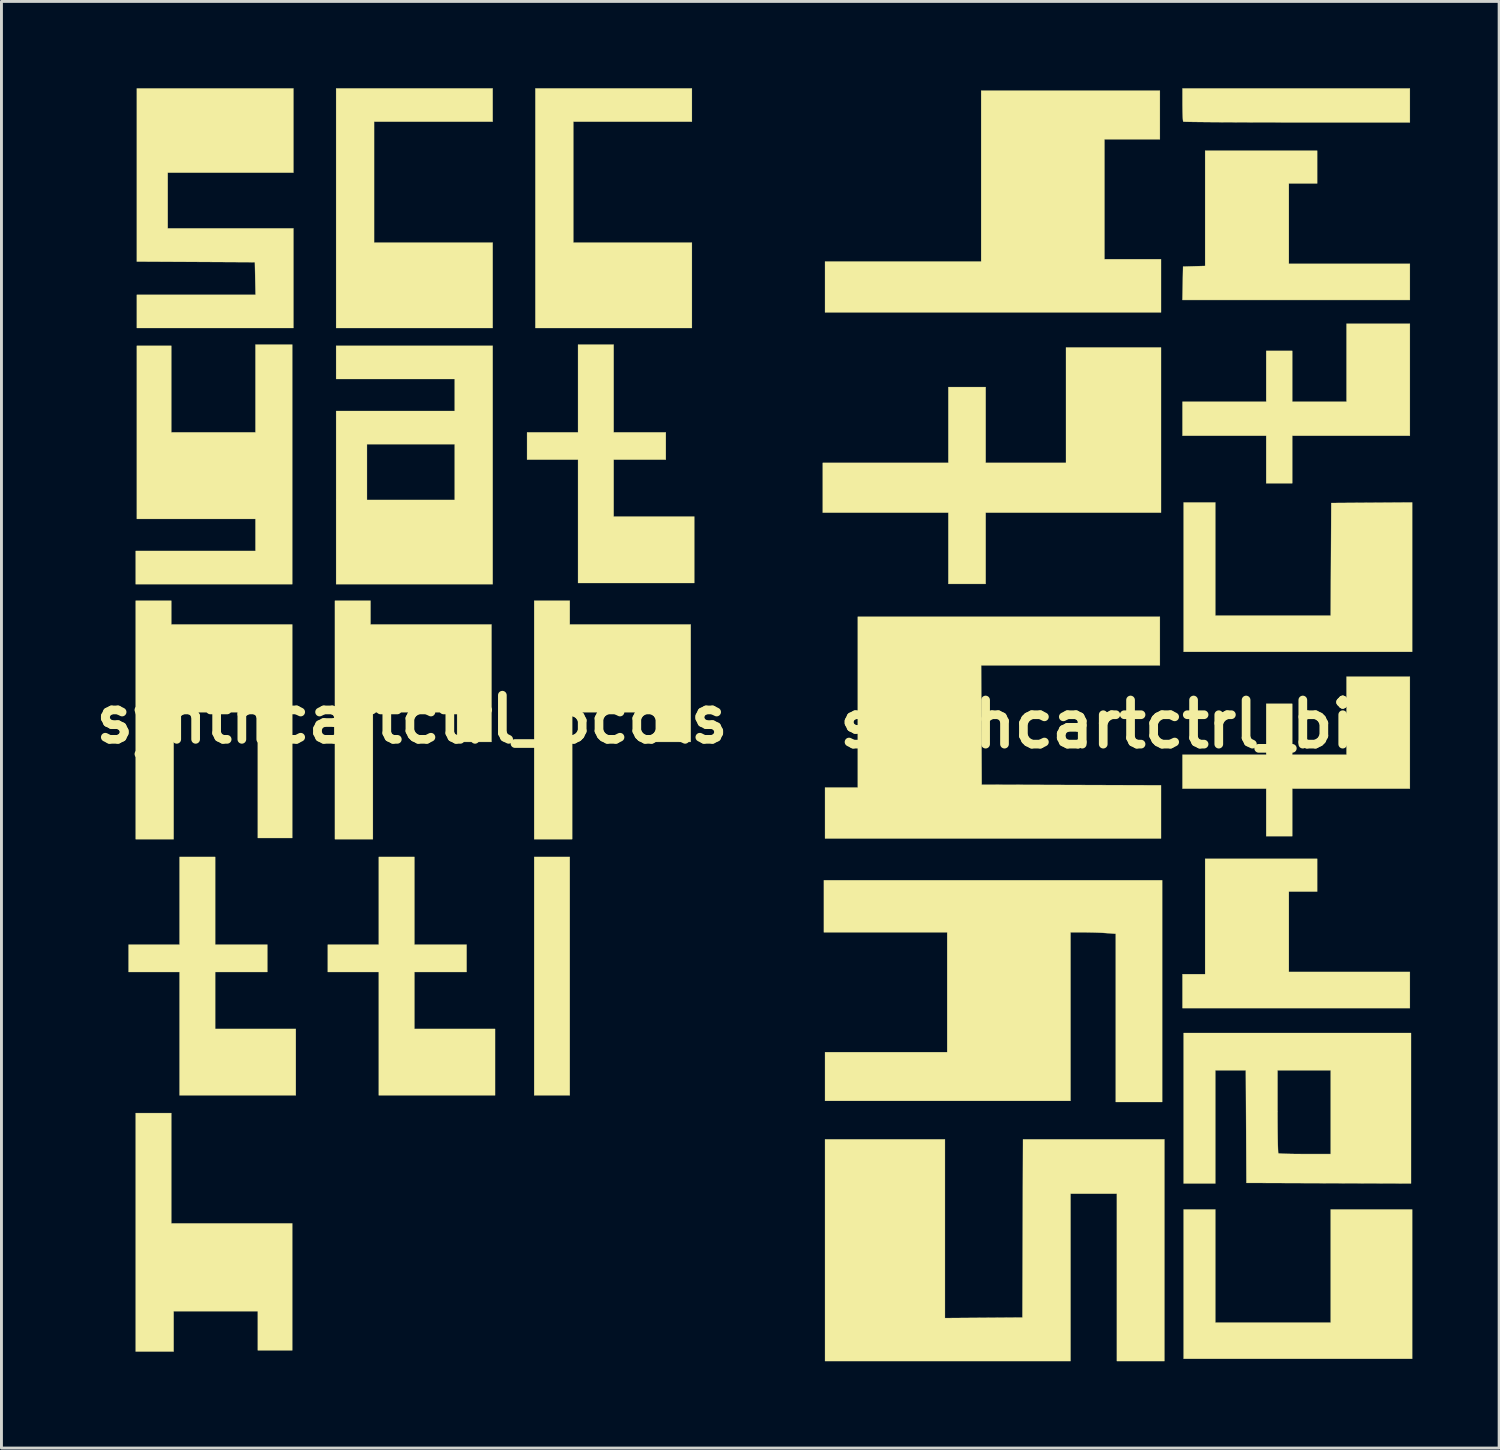
<source format=kicad_pcb>
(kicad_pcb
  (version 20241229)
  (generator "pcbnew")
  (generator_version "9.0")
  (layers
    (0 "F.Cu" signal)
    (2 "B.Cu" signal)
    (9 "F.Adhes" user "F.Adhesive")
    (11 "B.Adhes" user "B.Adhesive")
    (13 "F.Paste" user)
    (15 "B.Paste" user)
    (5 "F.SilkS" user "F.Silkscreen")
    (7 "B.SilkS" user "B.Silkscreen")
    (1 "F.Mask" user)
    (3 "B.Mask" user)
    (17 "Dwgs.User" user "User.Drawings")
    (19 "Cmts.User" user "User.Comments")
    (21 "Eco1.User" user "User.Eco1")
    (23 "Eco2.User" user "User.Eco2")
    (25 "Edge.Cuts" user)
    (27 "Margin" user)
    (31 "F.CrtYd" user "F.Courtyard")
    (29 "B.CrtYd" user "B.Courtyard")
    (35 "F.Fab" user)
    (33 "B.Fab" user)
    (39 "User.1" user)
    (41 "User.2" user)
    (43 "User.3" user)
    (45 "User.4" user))
  (footprint "synthcartctrl_3cols"
    (layer "F.Cu")
    (at 11.183 21.8)
    (property "Reference" "synthcartctrl_3cols" (at 0 0 0) (layer "F.SilkS") (effects (font (size 1.524 1.524) (thickness 0.3))))
    (attr through_hole)
    (fp_poly (pts (xy 5.449 12.987) (xy 4.22 12.987) (xy 4.22 4.752) (xy 5.449 4.752) (xy 5.449 12.987)) (stroke (width 0.01) (type solid)) (fill yes) (layer "F.SilkS"))
    (fp_poly (pts (xy 2.786 -20.648) (xy -1.311 -20.648) (xy -1.311 -16.469) (xy 2.786 -16.469) (xy 2.786 -13.519) (xy -2.622 -13.519) (xy -2.622 -21.795) (xy 2.786 -21.795) (xy 2.786 -20.648)) (stroke (width 0.01) (type solid)) (fill yes) (layer "F.SilkS"))
    (fp_poly (pts (xy 9.668 -20.648) (xy 5.572 -20.648) (xy 5.572 -16.469) (xy 9.668 -16.469) (xy 9.668 -13.519) (xy 4.261 -13.519) (xy 4.261 -21.795) (xy 9.668 -21.795) (xy 9.668 -20.648)) (stroke (width 0.01) (type solid)) (fill yes) (layer "F.SilkS"))
    (fp_poly (pts (xy -8.316 -3.277) (xy -4.138 -3.277) (xy -4.138 4.097) (xy -5.326 4.097) (xy -5.326 -0.246) (xy -8.235 -0.246) (xy -8.235 4.138) (xy -9.545 4.138) (xy -9.545 -4.097) (xy -8.316 -4.097) (xy -8.316 -3.277)) (stroke (width 0.01) (type solid)) (fill yes) (layer "F.SilkS"))
    (fp_poly (pts (xy -8.316 17.411) (xy -4.138 17.411) (xy -4.138 21.795) (xy -5.326 21.795) (xy -5.326 20.443) (xy -8.235 20.443) (xy -8.235 21.836) (xy -9.545 21.836) (xy -9.545 13.601) (xy -8.316 13.601) (xy -8.316 17.411)) (stroke (width 0.01) (type solid)) (fill yes) (layer "F.SilkS"))
    (fp_poly (pts (xy -1.434 -3.277) (xy 2.745 -3.277) (xy 2.745 0.778) (xy 1.557 0.778) (xy 1.557 -0.246) (xy -1.352 -0.246) (xy -1.352 4.138) (xy -2.663 4.138) (xy -2.663 -4.097) (xy -1.434 -4.097) (xy -1.434 -3.277)) (stroke (width 0.01) (type solid)) (fill yes) (layer "F.SilkS"))
    (fp_poly (pts (xy 5.449 -3.277) (xy 9.627 -3.277) (xy 9.627 0.778) (xy 8.439 0.778) (xy 8.439 -0.246) (xy 5.531 -0.246) (xy 5.531 4.138) (xy 4.22 4.138) (xy 4.22 -4.097) (xy 5.449 -4.097) (xy 5.449 -3.277)) (stroke (width 0.01) (type solid)) (fill yes) (layer "F.SilkS"))
    (fp_poly (pts (xy -4.138 -4.67) (xy -9.545 -4.67) (xy -9.545 -5.817) (xy -5.408 -5.817) (xy -5.408 -6.924) (xy -9.505 -6.924) (xy -9.505 -12.905) (xy -8.316 -12.905) (xy -8.316 -9.914) (xy -5.408 -9.914) (xy -5.408 -12.946) (xy -4.138 -12.946) (xy -4.138 -4.67)) (stroke (width 0.01) (type solid)) (fill yes) (layer "F.SilkS"))
    (fp_poly (pts (xy -4.097 -18.886) (xy -8.439 -18.886) (xy -8.439 -16.961) (xy -4.097 -16.961) (xy -4.097 -13.519) (xy -9.505 -13.519) (xy -9.505 -14.666) (xy -5.405 -14.666) (xy -5.417 -15.23) (xy -5.428 -15.793) (xy -9.505 -15.814) (xy -9.505 -21.795) (xy -4.097 -21.795) (xy -4.097 -18.886)) (stroke (width 0.01) (type solid)) (fill yes) (layer "F.SilkS"))
    (fp_poly (pts (xy -6.801 7.784) (xy -4.998 7.784) (xy -4.998 8.726) (xy -6.801 8.726) (xy -6.801 10.693) (xy -4.015 10.693) (xy -4.015 12.987) (xy -8.03 12.987) (xy -8.03 8.726) (xy -9.791 8.726) (xy -9.791 7.784) (xy -8.03 7.784) (xy -8.03 4.752) (xy -6.801 4.752) (xy -6.801 7.784)) (stroke (width 0.01) (type solid)) (fill yes) (layer "F.SilkS"))
    (fp_poly (pts (xy 0.082 7.784) (xy 1.885 7.784) (xy 1.885 8.726) (xy 0.082 8.726) (xy 0.082 10.693) (xy 2.868 10.693) (xy 2.868 12.987) (xy -1.147 12.987) (xy -1.147 8.726) (xy -2.909 8.726) (xy -2.909 7.784) (xy -1.147 7.784) (xy -1.147 4.752) (xy 0.082 4.752) (xy 0.082 7.784)) (stroke (width 0.01) (type solid)) (fill yes) (layer "F.SilkS"))
    (fp_poly (pts (xy 6.965 -9.914) (xy 8.767 -9.914) (xy 8.767 -8.972) (xy 6.965 -8.972) (xy 6.965 -7.005) (xy 9.75 -7.005) (xy 9.75 -4.711) (xy 5.735 -4.711) (xy 5.735 -8.972) (xy 3.974 -8.972) (xy 3.974 -9.914) (xy 5.735 -9.914) (xy 5.735 -12.946) (xy 6.965 -12.946) (xy 6.965 -9.914)) (stroke (width 0.01) (type solid)) (fill yes) (layer "F.SilkS"))
    (fp_poly (pts (xy 2.786 -4.67) (xy -2.622 -4.67) (xy -2.622 -9.505) (xy -1.557 -9.505) (xy -1.557 -7.579) (xy 1.475 -7.579) (xy 1.475 -9.505) (xy -1.557 -9.505) (xy -2.622 -9.505) (xy -2.622 -10.652) (xy 1.475 -10.652) (xy 1.475 -11.758) (xy -2.622 -11.758) (xy -2.622 -12.905) (xy 2.786 -12.905) (xy 2.786 -4.67)) (stroke (width 0.01) (type solid)) (fill yes) (layer "F.SilkS")))
  (footprint "synthcartctrl_big"
    (layer "F.Cu")
    (at 35.532 21.966)
    (property "Reference" "synthcartctrl_big" (at 0 0 0) (layer "F.SilkS") (effects (font (size 1.524 1.524) (thickness 0.3))))
    (attr through_hole)
    (fp_poly (pts (xy 3.4 20.672) (xy 7.386 20.672) (xy 7.386 16.764) (xy 10.199 16.764) (xy 10.199 21.922) (xy 2.306 21.922) (xy 2.306 16.764) (xy 3.4 16.764) (xy 3.4 20.672)) (stroke (width 0.01) (type solid)) (fill yes) (layer "F.SilkS"))
    (fp_poly (pts (xy 10.199 -2.501) (xy 2.306 -2.501) (xy 2.306 -7.659) (xy 3.4 -7.659) (xy 3.4 -3.751) (xy 7.385 -3.751) (xy 7.405 -7.64) (xy 10.199 -7.66) (xy 10.199 -2.501)) (stroke (width 0.01) (type solid)) (fill yes) (layer "F.SilkS"))
    (fp_poly (pts (xy 1.485 -20.203) (xy -0.43 -20.203) (xy -0.43 -16.061) (xy 1.524 -16.061) (xy 1.524 -14.224) (xy -10.082 -14.224) (xy -10.082 -15.982) (xy -4.689 -15.982) (xy -4.689 -21.883) (xy 1.485 -21.883) (xy 1.485 -20.203)) (stroke (width 0.01) (type solid)) (fill yes) (layer "F.SilkS"))
    (fp_poly (pts (xy 6.917 5.783) (xy 5.94 5.783) (xy 5.94 8.558) (xy 10.121 8.558) (xy 10.121 9.808) (xy 2.266 9.808) (xy 2.266 8.636) (xy 3.048 8.636) (xy 3.048 4.65) (xy 6.917 4.65) (xy 6.917 5.783)) (stroke (width 0.01) (type solid)) (fill yes) (layer "F.SilkS"))
    (fp_poly (pts (xy 6.917 -18.679) (xy 5.94 -18.679) (xy 5.94 -15.904) (xy 10.121 -15.904) (xy 10.121 -14.654) (xy 2.264 -14.654) (xy 2.275 -15.23) (xy 2.286 -15.807) (xy 2.667 -15.818) (xy 3.048 -15.829) (xy 3.048 -19.812) (xy 6.917 -19.812) (xy 6.917 -18.679)) (stroke (width 0.01) (type solid)) (fill yes) (layer "F.SilkS"))
    (fp_poly (pts (xy 1.485 -2.032) (xy -4.69 -2.032) (xy -4.68 0.029) (xy -4.67 2.091) (xy -1.573 2.101) (xy 1.524 2.111) (xy 1.524 3.029) (xy 1.524 3.947) (xy -10.082 3.947) (xy -10.082 2.188) (xy -8.949 2.188) (xy -8.949 -3.712) (xy 1.485 -3.712) (xy 1.485 -2.032)) (stroke (width 0.01) (type solid)) (fill yes) (layer "F.SilkS"))
    (fp_poly (pts (xy -5.94 20.516) (xy -4.601 20.506) (xy -3.263 20.496) (xy -3.253 17.419) (xy -3.243 14.341) (xy 1.641 14.341) (xy 1.641 22) (xy 0 22) (xy 0 16.217) (xy -1.602 16.217) (xy -1.602 22) (xy -10.082 22) (xy -10.082 14.341) (xy -5.94 14.341) (xy -5.94 20.516)) (stroke (width 0.01) (type solid)) (fill yes) (layer "F.SilkS"))
    (fp_poly (pts (xy 1.524 -7.307) (xy -4.533 -7.307) (xy -4.533 -4.846) (xy -5.822 -4.846) (xy -5.822 -7.307) (xy -10.16 -7.307) (xy -10.16 -9.027) (xy -5.822 -9.027) (xy -5.822 -11.645) (xy -4.533 -11.645) (xy -4.533 -9.027) (xy -1.758 -9.027) (xy -1.758 -13.013) (xy 1.524 -13.013) (xy 1.524 -7.307)) (stroke (width 0.01) (type solid)) (fill yes) (layer "F.SilkS"))
    (fp_poly (pts (xy 10.121 -9.965) (xy 6.057 -9.965) (xy 6.057 -8.323) (xy 5.158 -8.323) (xy 5.158 -9.965) (xy 2.266 -9.965) (xy 2.266 -11.137) (xy 5.158 -11.137) (xy 5.158 -12.895) (xy 6.057 -12.895) (xy 6.057 -11.137) (xy 7.933 -11.137) (xy 7.933 -13.833) (xy 10.121 -13.833) (xy 10.121 -9.965)) (stroke (width 0.01) (type solid)) (fill yes) (layer "F.SilkS"))
    (fp_poly (pts (xy 10.121 2.227) (xy 6.057 2.227) (xy 6.057 3.869) (xy 5.158 3.869) (xy 5.158 2.227) (xy 2.266 2.227) (xy 2.266 1.055) (xy 5.158 1.055) (xy 5.158 -0.703) (xy 6.057 -0.703) (xy 6.057 1.055) (xy 7.933 1.055) (xy 7.933 -1.641) (xy 10.121 -1.641) (xy 10.121 2.227)) (stroke (width 0.01) (type solid)) (fill yes) (layer "F.SilkS"))
    (fp_poly (pts (xy 1.563 13.052) (xy -0.039 13.052) (xy -0.039 7.241) (xy -0.361 7.216) (xy -0.54 7.205) (xy -0.764 7.197) (xy -0.998 7.192) (xy -1.143 7.19) (xy -1.602 7.19) (xy -1.602 13.013) (xy -10.082 13.013) (xy -10.082 11.332) (xy -5.862 11.332) (xy -5.862 7.19) (xy -10.121 7.19) (xy -10.121 5.393) (xy 1.563 5.393) (xy 1.563 13.052)) (stroke (width 0.01) (type solid)) (fill yes) (layer "F.SilkS"))
    (fp_poly (pts (xy 10.121 -20.789) (xy 6.22 -20.789) (xy 5.674 -20.789) (xy 5.151 -20.79) (xy 4.655 -20.791) (xy 4.192 -20.793) (xy 3.766 -20.795) (xy 3.384 -20.797) (xy 3.051 -20.8) (xy 2.771 -20.803) (xy 2.551 -20.806) (xy 2.395 -20.809) (xy 2.309 -20.813) (xy 2.293 -20.815) (xy 2.283 -20.861) (xy 2.275 -20.971) (xy 2.27 -21.13) (xy 2.267 -21.323) (xy 2.266 -21.401) (xy 2.266 -21.961) (xy 10.121 -21.961) (xy 10.121 -20.789)) (stroke (width 0.01) (type solid)) (fill yes) (layer "F.SilkS"))
    (fp_poly (pts (xy 10.16 15.866) (xy 7.317 15.856) (xy 4.474 15.846) (xy 4.454 11.958) (xy 5.549 11.958) (xy 5.549 13.377) (xy 5.55 13.703) (xy 5.552 14.004) (xy 5.555 14.271) (xy 5.559 14.495) (xy 5.564 14.668) (xy 5.569 14.78) (xy 5.575 14.823) (xy 5.62 14.831) (xy 5.732 14.837) (xy 5.899 14.843) (xy 6.11 14.847) (xy 6.354 14.849) (xy 6.493 14.849) (xy 7.386 14.849) (xy 7.386 11.958) (xy 5.549 11.958) (xy 4.454 11.958) (xy 3.4 11.958) (xy 3.4 15.865) (xy 2.306 15.865) (xy 2.306 10.668) (xy 10.16 10.668) (xy 10.16 15.866)) (stroke (width 0.01) (type solid)) (fill yes) (layer "F.SilkS")))
  (gr_rect
    (start -3 -3)
    (end 48.736 46.972)
    (stroke (width 0.1) (type default))
    (fill no)
    (layer "Edge.Cuts")))
</source>
